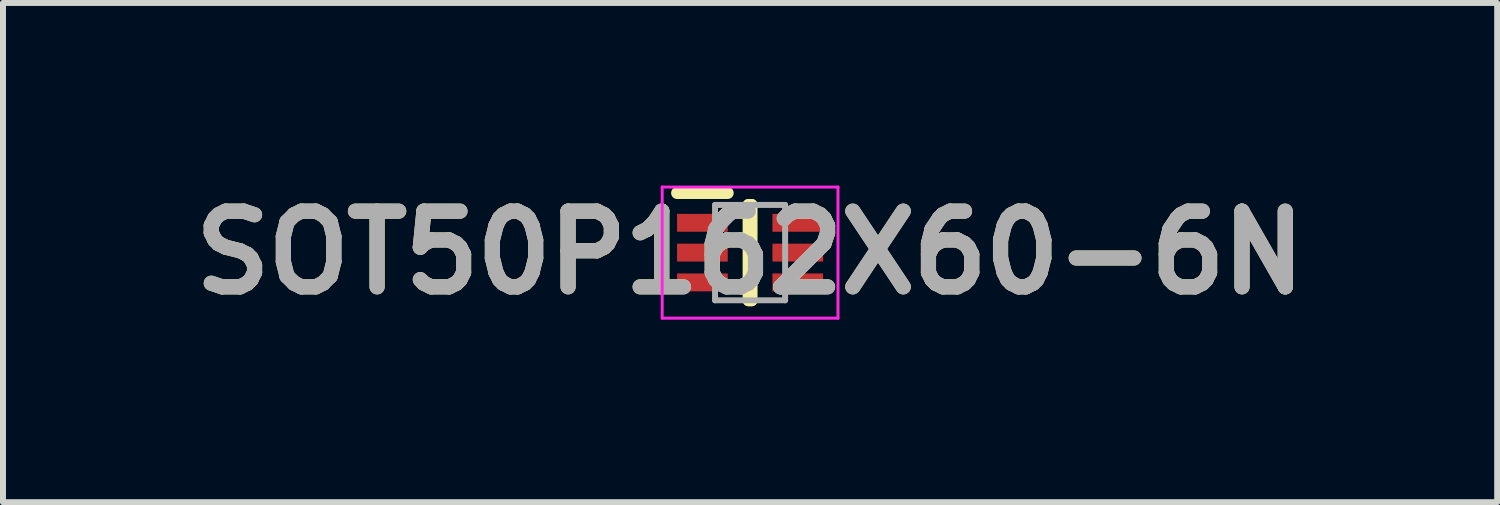
<source format=kicad_pcb>
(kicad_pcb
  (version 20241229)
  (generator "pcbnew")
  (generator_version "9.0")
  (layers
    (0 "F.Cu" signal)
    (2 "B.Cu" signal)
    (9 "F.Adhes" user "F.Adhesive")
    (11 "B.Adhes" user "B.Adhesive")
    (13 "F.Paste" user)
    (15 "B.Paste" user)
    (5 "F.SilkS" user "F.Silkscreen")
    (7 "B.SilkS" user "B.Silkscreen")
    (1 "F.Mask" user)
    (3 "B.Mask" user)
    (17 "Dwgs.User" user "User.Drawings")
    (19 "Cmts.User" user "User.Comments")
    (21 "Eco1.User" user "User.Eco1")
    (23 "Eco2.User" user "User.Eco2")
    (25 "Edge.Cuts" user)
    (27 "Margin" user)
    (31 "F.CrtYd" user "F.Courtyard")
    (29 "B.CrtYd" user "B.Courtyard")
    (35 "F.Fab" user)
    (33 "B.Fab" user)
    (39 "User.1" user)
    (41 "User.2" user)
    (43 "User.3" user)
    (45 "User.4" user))
  (footprint "SOT50P162X60-6N"
    (layer "F.Cu")
    (at 9.537 1.189)
    (property "Reference" "SOT50P162X60-6N" (at 0 0 0) (layer "F.SilkS") (effects (font (size 1.27 1.27) (thickness 0.254))))
    (attr smd)
    (fp_line (start -1.225 -1) (end -0.375 -1) (stroke (width 0.2) (type solid)) (layer "F.SilkS"))
    (fp_line (start -0.025 -0.8) (end 0.025 -0.8) (stroke (width 0.2) (type solid)) (layer "F.SilkS"))
    (fp_line (start -0.025 0.8) (end -0.025 -0.8) (stroke (width 0.2) (type solid)) (layer "F.SilkS"))
    (fp_line (start 0.025 -0.8) (end 0.025 0.8) (stroke (width 0.2) (type solid)) (layer "F.SilkS"))
    (fp_line (start 0.025 0.8) (end -0.025 0.8) (stroke (width 0.2) (type solid)) (layer "F.SilkS"))
    (fp_line (start -1.475 -1.1) (end 1.475 -1.1) (stroke (width 0.05) (type solid)) (layer "F.CrtYd"))
    (fp_line (start -1.475 1.1) (end -1.475 -1.1) (stroke (width 0.05) (type solid)) (layer "F.CrtYd"))
    (fp_line (start 1.475 -1.1) (end 1.475 1.1) (stroke (width 0.05) (type solid)) (layer "F.CrtYd"))
    (fp_line (start 1.475 1.1) (end -1.475 1.1) (stroke (width 0.05) (type solid)) (layer "F.CrtYd"))
    (fp_line (start -0.588 -0.8) (end 0.588 -0.8) (stroke (width 0.1) (type solid)) (layer "F.Fab"))
    (fp_line (start -0.588 -0.3) (end -0.088 -0.8) (stroke (width 0.1) (type solid)) (layer "F.Fab"))
    (fp_line (start -0.588 0.8) (end -0.588 -0.8) (stroke (width 0.1) (type solid)) (layer "F.Fab"))
    (fp_line (start 0.588 -0.8) (end 0.588 0.8) (stroke (width 0.1) (type solid)) (layer "F.Fab"))
    (fp_line (start 0.588 0.8) (end -0.588 0.8) (stroke (width 0.1) (type solid)) (layer "F.Fab"))
    (fp_text user "${REFERENCE}" (at 0 0 0) (layer "F.Fab") (effects (font (size 1.27 1.27) (thickness 0.254))))
    (pad "1" smd rect (at -0.8 -0.5 90) (size 0.3 0.85) (layers "F.Cu" "F.Mask" "F.Paste"))
    (pad "2" smd rect (at -0.8 0 90) (size 0.3 0.85) (layers "F.Cu" "F.Mask" "F.Paste"))
    (pad "3" smd rect (at -0.8 0.5 90) (size 0.3 0.85) (layers "F.Cu" "F.Mask" "F.Paste"))
    (pad "4" smd rect (at 0.8 0.5 90) (size 0.3 0.85) (layers "F.Cu" "F.Mask" "F.Paste"))
    (pad "5" smd rect (at 0.8 0 90) (size 0.3 0.85) (layers "F.Cu" "F.Mask" "F.Paste"))
    (pad "6" smd rect (at 0.8 -0.5 90) (size 0.3 0.85) (layers "F.Cu" "F.Mask" "F.Paste")))
  (gr_rect
    (start -3 -3)
    (end 22.074 5.377)
    (stroke (width 0.1) (type default))
    (fill no)
    (layer "Edge.Cuts")))
</source>
